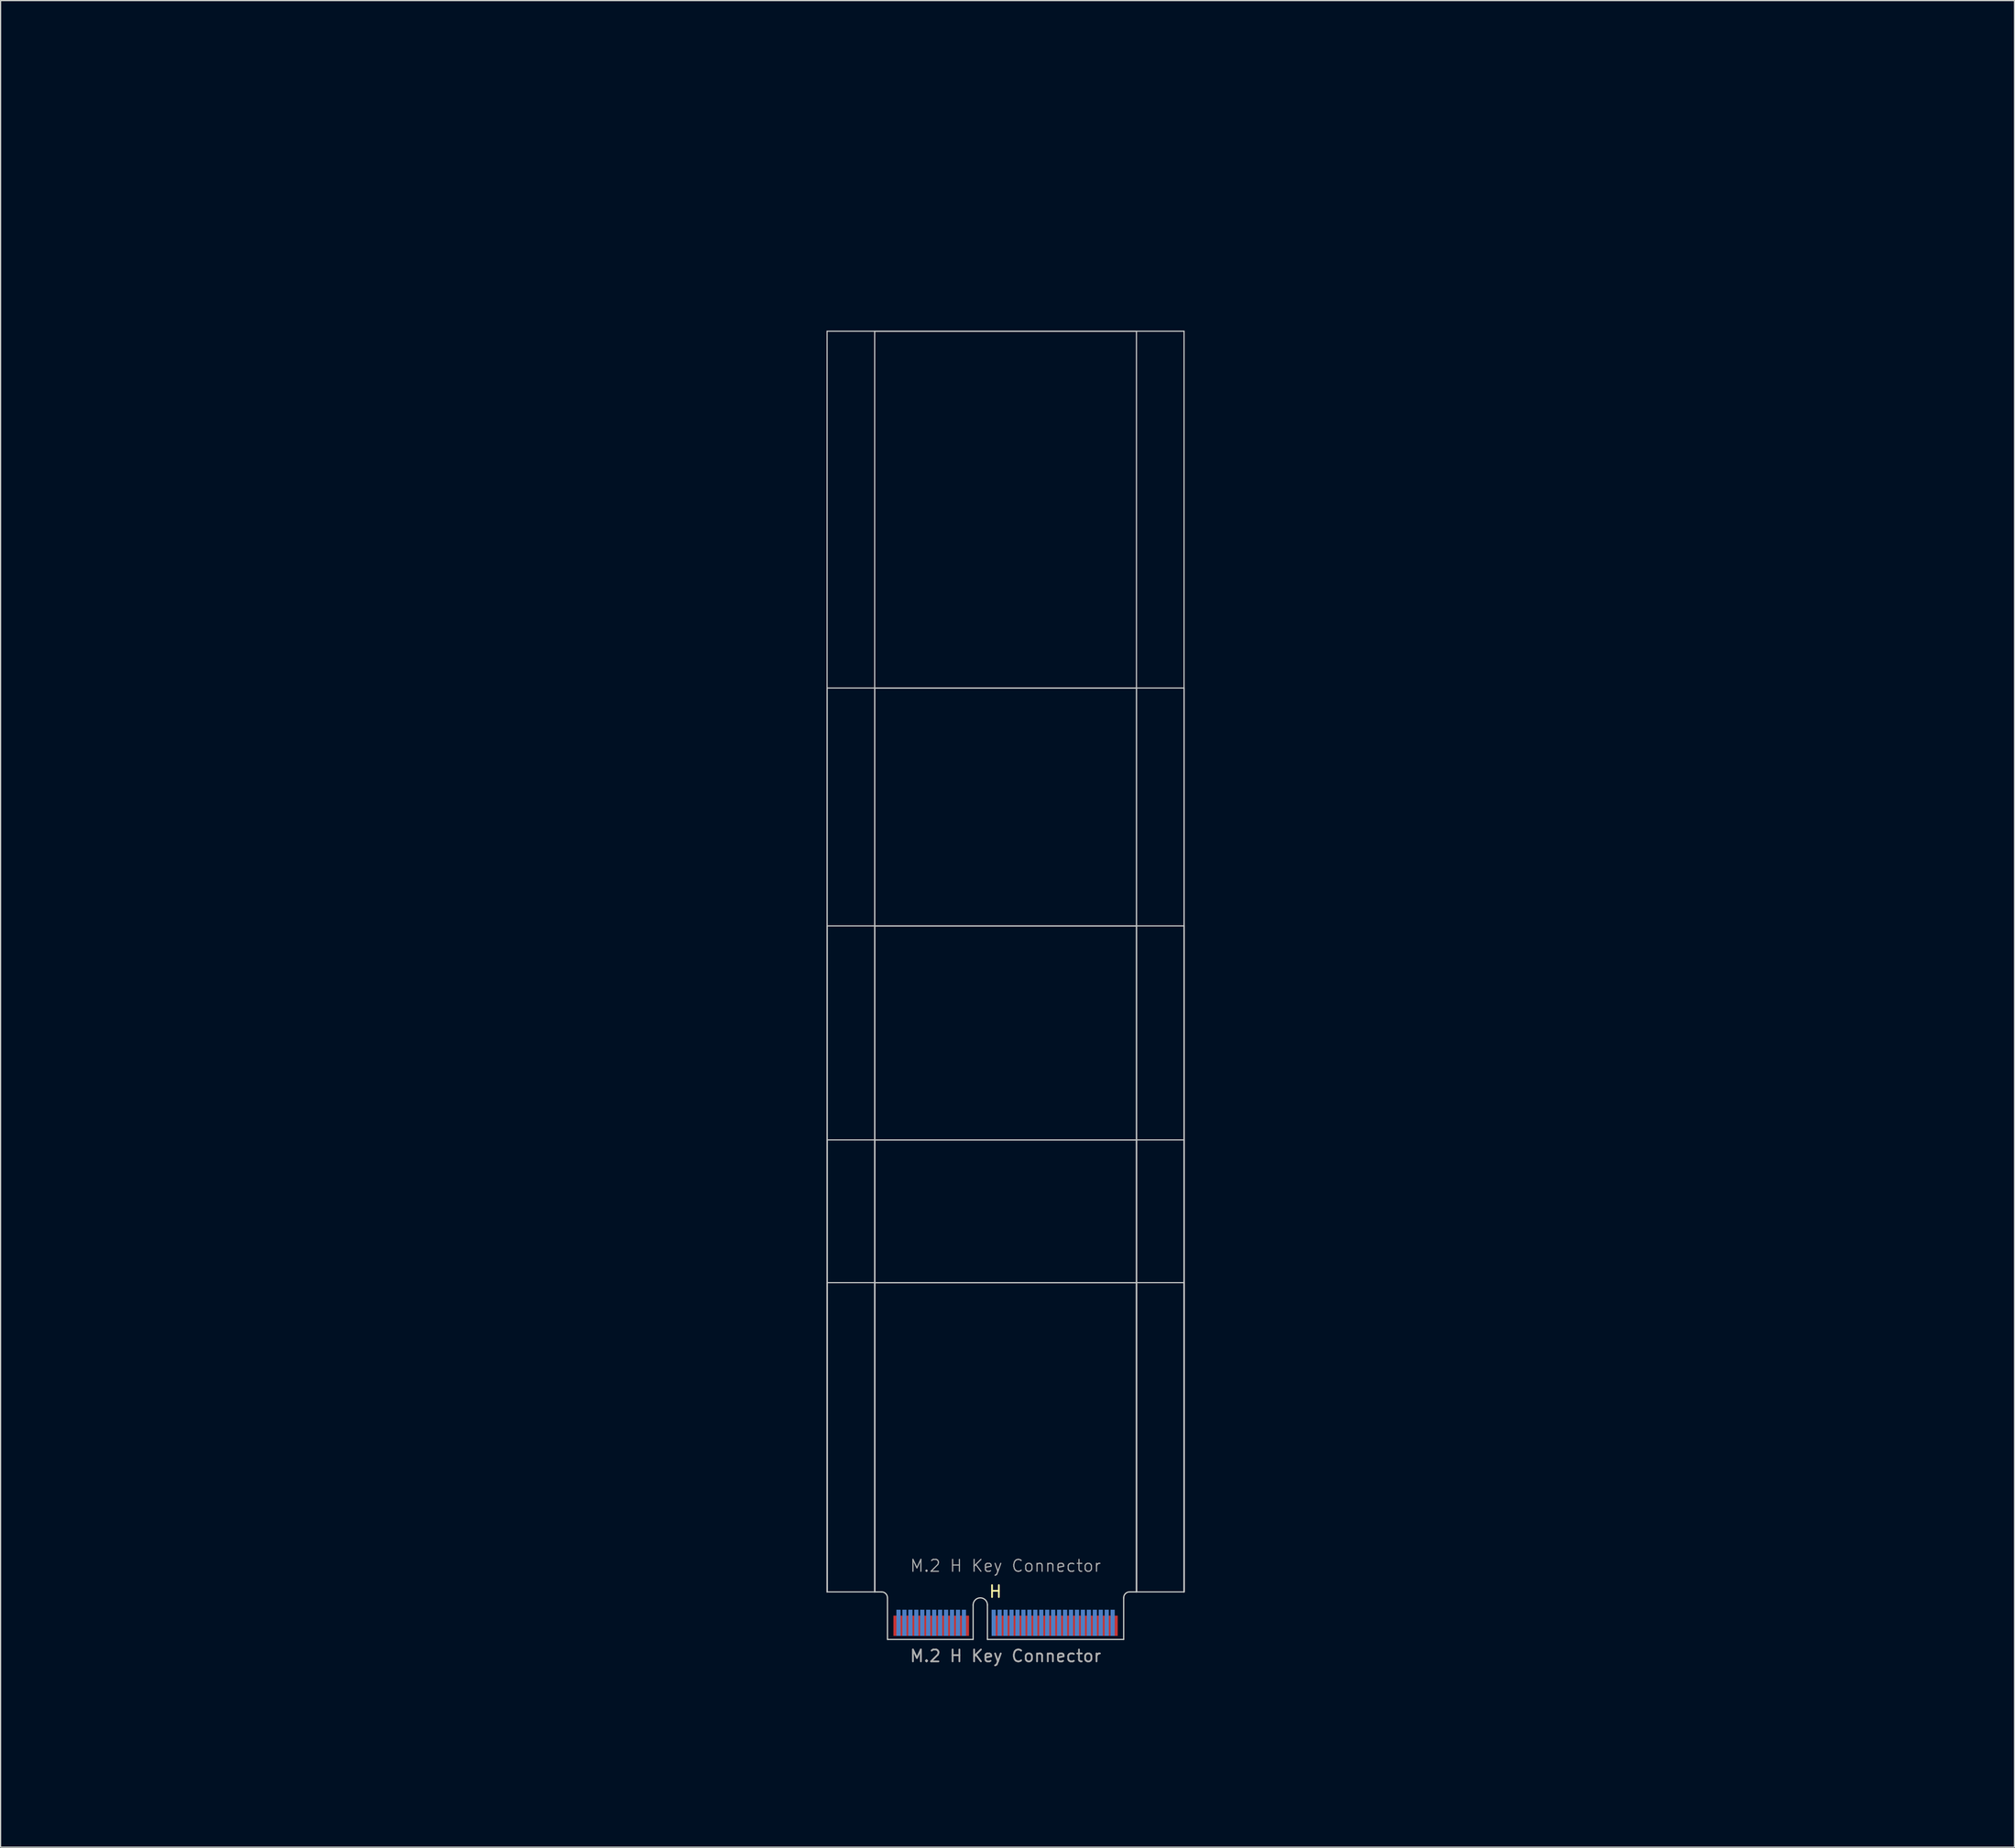
<source format=kicad_pcb>
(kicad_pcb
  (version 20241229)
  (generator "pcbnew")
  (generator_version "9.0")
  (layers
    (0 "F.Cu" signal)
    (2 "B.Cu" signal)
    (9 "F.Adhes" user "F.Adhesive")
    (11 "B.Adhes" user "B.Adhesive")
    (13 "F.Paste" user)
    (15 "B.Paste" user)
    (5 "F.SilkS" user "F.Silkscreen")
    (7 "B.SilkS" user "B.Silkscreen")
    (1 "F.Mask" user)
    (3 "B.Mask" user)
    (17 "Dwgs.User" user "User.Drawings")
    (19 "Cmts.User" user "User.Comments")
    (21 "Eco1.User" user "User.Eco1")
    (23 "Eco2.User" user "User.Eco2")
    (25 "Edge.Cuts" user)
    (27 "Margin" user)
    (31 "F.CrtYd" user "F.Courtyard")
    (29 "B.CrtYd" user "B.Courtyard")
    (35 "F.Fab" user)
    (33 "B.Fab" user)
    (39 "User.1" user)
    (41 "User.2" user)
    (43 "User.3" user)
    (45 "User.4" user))
  (footprint "M.2 H Key Connector"
    (layer "F.Cu")
    (at 81.459 133.687)
    (property "Reference" "M.2 H Key Connector" (at 0 -5.08 0) (unlocked yes) (layer "F.Fab") (effects (font (size 1 1) (thickness 0.1))))
    (attr exclude_from_pos_files exclude_from_bom)
    (fp_rect (start -9.925 -0.94) (end 9.925 1.11) (stroke (width 0) (type default)) (fill yes) (layer "F.Mask"))
    (fp_rect (start -9.925 -1.44) (end 9.925 1.11) (stroke (width 0) (type default)) (fill yes) (layer "B.Mask"))
    (fp_line (start -15 -108.89) (end 15 -108.89) (stroke (width 0.1) (type default)) (layer "Dwgs.User"))
    (fp_line (start -15 -78.89) (end 15 -78.89) (stroke (width 0.1) (type default)) (layer "Dwgs.User"))
    (fp_line (start -15 -58.89) (end 15 -58.89) (stroke (width 0.1) (type default)) (layer "Dwgs.User"))
    (fp_line (start -15 -40.89) (end 15 -40.89) (stroke (width 0.1) (type default)) (layer "Dwgs.User"))
    (fp_line (start -15 -28.89) (end 15 -28.89) (stroke (width 0.1) (type default)) (layer "Dwgs.User"))
    (fp_line (start -15 -2.89) (end -15 -108.89) (stroke (width 0.1) (type default)) (layer "Dwgs.User"))
    (fp_line (start -15 -2.89) (end -15 -78.89) (stroke (width 0.1) (type default)) (layer "Dwgs.User"))
    (fp_line (start -15 -2.89) (end -15 -58.89) (stroke (width 0.1) (type default)) (layer "Dwgs.User"))
    (fp_line (start -15 -2.89) (end -15 -40.89) (stroke (width 0.1) (type default)) (layer "Dwgs.User"))
    (fp_line (start -15 -2.89) (end -15 -28.89) (stroke (width 0.1) (type default)) (layer "Dwgs.User"))
    (fp_line (start -11 -108.89) (end 11 -108.89) (stroke (width 0.1) (type default)) (layer "Dwgs.User"))
    (fp_line (start -11 -78.89) (end 11 -78.89) (stroke (width 0.1) (type default)) (layer "Dwgs.User"))
    (fp_line (start -11 -58.89) (end 11 -58.89) (stroke (width 0.1) (type default)) (layer "Dwgs.User"))
    (fp_line (start -11 -40.89) (end 11 -40.89) (stroke (width 0.1) (type default)) (layer "Dwgs.User"))
    (fp_line (start -11 -28.89) (end 11 -28.89) (stroke (width 0.1) (type default)) (layer "Dwgs.User"))
    (fp_line (start -11 -2.89) (end -15 -2.89) (stroke (width 0.1) (type default)) (layer "Dwgs.User"))
    (fp_line (start -11 -2.89) (end -11 -108.89) (stroke (width 0.1) (type default)) (layer "Dwgs.User"))
    (fp_line (start -11 -2.89) (end -11 -78.89) (stroke (width 0.1) (type default)) (layer "Dwgs.User"))
    (fp_line (start -11 -2.89) (end -11 -58.89) (stroke (width 0.1) (type default)) (layer "Dwgs.User"))
    (fp_line (start -11 -2.89) (end -11 -40.89) (stroke (width 0.1) (type default)) (layer "Dwgs.User"))
    (fp_line (start -11 -2.89) (end -11 -28.89) (stroke (width 0.1) (type default)) (layer "Dwgs.User"))
    (fp_line (start 11 -108.89) (end 11 -2.89) (stroke (width 0.1) (type default)) (layer "Dwgs.User"))
    (fp_line (start 11 -78.89) (end 11 -2.89) (stroke (width 0.1) (type default)) (layer "Dwgs.User"))
    (fp_line (start 11 -58.89) (end 11 -2.89) (stroke (width 0.1) (type default)) (layer "Dwgs.User"))
    (fp_line (start 11 -40.89) (end 11 -2.89) (stroke (width 0.1) (type default)) (layer "Dwgs.User"))
    (fp_line (start 11 -28.89) (end 11 -2.89) (stroke (width 0.1) (type default)) (layer "Dwgs.User"))
    (fp_line (start 11 -2.89) (end 15 -2.89) (stroke (width 0.1) (type default)) (layer "Dwgs.User"))
    (fp_line (start 15 -108.89) (end 15 -2.89) (stroke (width 0.1) (type default)) (layer "Dwgs.User"))
    (fp_line (start 15 -78.89) (end 15 -2.89) (stroke (width 0.1) (type default)) (layer "Dwgs.User"))
    (fp_line (start 15 -40.89) (end 15 -2.89) (stroke (width 0.1) (type default)) (layer "Dwgs.User"))
    (fp_line (start 15 -28.89) (end 15 -2.89) (stroke (width 0.1) (type default)) (layer "Dwgs.User"))
    (fp_line (start 15 -2.89) (end 15 -58.89) (stroke (width 0.1) (type default)) (layer "Dwgs.User"))
    (fp_line (start -11 -2.89) (end -10.425 -2.89) (stroke (width 0.1) (type default)) (layer "Edge.Cuts"))
    (fp_line (start -9.925 -2.39) (end -9.925 1.11) (stroke (width 0.1) (type default)) (layer "Edge.Cuts"))
    (fp_line (start -2.725 -1.79) (end -2.725 1.11) (stroke (width 0.1) (type default)) (layer "Edge.Cuts"))
    (fp_line (start -2.725 1.11) (end -9.925 1.11) (stroke (width 0.1) (type default)) (layer "Edge.Cuts"))
    (fp_line (start -1.525 -1.79) (end -1.525 1.11) (stroke (width 0.1) (type default)) (layer "Edge.Cuts"))
    (fp_line (start -1.525 1.11) (end 9.925 1.11) (stroke (width 0.1) (type default)) (layer "Edge.Cuts"))
    (fp_line (start 9.925 -2.39) (end 9.925 1.11) (stroke (width 0.1) (type default)) (layer "Edge.Cuts"))
    (fp_line (start 10.425 -2.89) (end 11 -2.89) (stroke (width 0.1) (type default)) (layer "Edge.Cuts"))
    (fp_arc (start -10.425 -2.89) (mid -10.071447 -2.743553) (end -9.925 -2.39) (stroke (width 0.1) (type default)) (layer "Edge.Cuts"))
    (fp_arc (start -2.725 -1.79) (mid -2.125 -2.39) (end -1.525 -1.79) (stroke (width 0.1) (type default)) (layer "Edge.Cuts"))
    (fp_arc (start 9.925 -2.39) (mid 10.071447 -2.743553) (end 10.425 -2.89) (stroke (width 0.1) (type default)) (layer "Edge.Cuts"))
    (fp_line (start -0.71 -109.6) (end 0.71 -108.18) (stroke (width 0.15) (type default)) (layer "User.3"))
    (fp_line (start -0.71 -79.6) (end 0.71 -78.18) (stroke (width 0.15) (type default)) (layer "User.3"))
    (fp_line (start -0.71 -59.6) (end 0.71 -58.18) (stroke (width 0.15) (type default)) (layer "User.3"))
    (fp_line (start -0.71 -41.6) (end 0.71 -40.18) (stroke (width 0.15) (type default)) (layer "User.3"))
    (fp_line (start -0.71 -29.6) (end 0.71 -28.18) (stroke (width 0.15) (type default)) (layer "User.3"))
    (fp_line (start 0.71 -109.6) (end -0.71 -108.18) (stroke (width 0.15) (type default)) (layer "User.3"))
    (fp_line (start 0.71 -79.6) (end -0.71 -78.18) (stroke (width 0.15) (type default)) (layer "User.3"))
    (fp_line (start 0.71 -59.6) (end -0.71 -58.18) (stroke (width 0.15) (type default)) (layer "User.3"))
    (fp_line (start 0.71 -41.6) (end -0.71 -40.18) (stroke (width 0.15) (type default)) (layer "User.3"))
    (fp_line (start 0.71 -29.6) (end -0.71 -28.18) (stroke (width 0.15) (type default)) (layer "User.3"))
    (fp_rect (start -15 -108.89) (end 15 -105.09) (stroke (width 0.1) (type default)) (fill no) (layer "User.4"))
    (fp_rect (start -15 -78.89) (end 15 -75.09) (stroke (width 0.1) (type default)) (fill no) (layer "User.4"))
    (fp_rect (start -15 -58.89) (end 15 -55.09) (stroke (width 0.1) (type default)) (fill no) (layer "User.4"))
    (fp_rect (start -15 -40.89) (end 15 -37.09) (stroke (width 0.1) (type default)) (fill no) (layer "User.4"))
    (fp_rect (start -15 -28.89) (end 15 -25.09) (stroke (width 0.1) (type default)) (fill no) (layer "User.4"))
    (fp_text user "H" (at -1.475 -2.325 0) (unlocked yes) (layer "F.SilkS") (effects (font (size 1 1) (thickness 0.15)) (justify left bottom)))
    (fp_text user "${REFERENCE}" (at 0 2.5 0) (unlocked yes) (layer "F.Fab") (effects (font (size 1 1) (thickness 0.15))))
    (fp_text user "22, 30mm width and 30, 42, 60, 80, 110mm length shown in Blue (User.2 Layer)" (at 0.02 14.055 0) (unlocked yes) (layer "User.2") (effects (font (size 2 2) (thickness 0.2))))
    (fp_text user "Place grounded \"M.2 Mounting Pad\" footprint from library on Teal (User.3 Layer) X's" (at -0.13 9.4 0) (unlocked yes) (layer "User.3") (effects (font (size 2 2) (thickness 0.2))))
    (fp_text user "Yellow areas (User.4 Layer) reserverd for RF recepticals or for components when no RF recepticals used." (at 0.165 4.83 0) (unlocked yes) (layer "User.4") (effects (font (size 2 2) (thickness 0.2))))
    (dimension (type orthogonal) (layer "User.2") (pts (xy 91.384 134.797) (xy 91.384 104.797)) (height 20.795) (orientation 1) (format (prefix "") (suffix "") (units 3) (units_format 0) (precision 4) (suppress_zeroes yes)) (style (thickness 0.1) (arrow_length 1.27) (text_position_mode 0) (arrow_direction outward) (extension_height 0.586) (extension_offset 0.5) (keep_text_aligned yes)) (gr_text "30" (at 108.879 119.797 90) (layer "User.2") (effects (font (size 3 3) (thickness 0.3)))))
    (dimension (type orthogonal) (layer "User.2") (pts (xy 91.384 134.797) (xy 91.384 24.797)) (height 69.74) (orientation 1) (format (prefix "") (suffix "") (units 3) (units_format 0) (precision 4) (suppress_zeroes yes)) (style (thickness 0.1) (arrow_length 1.27) (text_position_mode 0) (arrow_direction outward) (extension_height 0.586) (extension_offset 0.5) (keep_text_aligned yes)) (gr_text "110" (at 157.824 79.797 90) (layer "User.2") (effects (font (size 3 3) (thickness 0.3)))))
    (dimension (type orthogonal) (layer "User.2") (pts (xy 91.384 134.797) (xy 91.384 74.797)) (height 45.245) (orientation 1) (format (prefix "") (suffix "") (units 3) (units_format 0) (precision 4) (suppress_zeroes yes)) (style (thickness 0.1) (arrow_length 1.27) (text_position_mode 0) (arrow_direction outward) (extension_height 0.586) (extension_offset 0.5) (keep_text_aligned yes)) (gr_text "60" (at 133.329 104.797 90) (layer "User.2") (effects (font (size 3 3) (thickness 0.3)))))
    (dimension (type orthogonal) (layer "User.2") (pts (xy 66.459 23.687) (xy 96.459 23.687)) (height -17.83) (orientation 0) (format (prefix "") (suffix "") (units 3) (units_format 0) (precision 4) (suppress_zeroes yes)) (style (thickness 0.1) (arrow_length 1.27) (text_position_mode 0) (arrow_direction outward) (extension_height 0.586) (extension_offset 0.5) (keep_text_aligned yes)) (gr_text "30" (at 81.459 2.457 0) (layer "User.2") (effects (font (size 3 3) (thickness 0.4)))))
    (dimension (type orthogonal) (layer "User.2") (pts (xy 70.459 24.797) (xy 92.459 24.797)) (height -12.48) (orientation 0) (format (prefix "") (suffix "") (units 3) (units_format 0) (precision 4) (suppress_zeroes yes)) (style (thickness 0.1) (arrow_length 1.27) (text_position_mode 0) (arrow_direction outward) (extension_height 0.586) (extension_offset 0.5) (keep_text_aligned yes)) (gr_text "22" (at 81.459 8.917 0) (layer "User.2") (effects (font (size 3 3) (thickness 0.4)))))
    (dimension (type orthogonal) (layer "User.2") (pts (xy 91.369 134.797) (xy 91.369 54.797)) (height 58.985) (orientation 1) (format (prefix "") (suffix "") (units 3) (units_format 0) (precision 4) (suppress_zeroes yes)) (style (thickness 0.1) (arrow_length 1.27) (text_position_mode 0) (arrow_direction outward) (extension_height 0.586) (extension_offset 0.5) (keep_text_aligned yes)) (gr_text "80" (at 147.054 94.797 90) (layer "User.2") (effects (font (size 3 3) (thickness 0.3)))))
    (dimension (type orthogonal) (layer "User.2") (pts (xy 91.384 134.797) (xy 91.384 92.797)) (height 32.695) (orientation 1) (format (prefix "") (suffix "") (units 3) (units_format 0) (precision 4) (suppress_zeroes yes)) (style (thickness 0.1) (arrow_length 1.27) (text_position_mode 0) (arrow_direction outward) (extension_height 0.586) (extension_offset 0.5) (keep_text_aligned yes)) (gr_text "42" (at 120.779 113.797 90) (layer "User.2") (effects (font (size 3 3) (thickness 0.3)))))
    (pad "1" smd rect (at 9.25 -0.04 180) (size 0.35 1.7) (layers "F.Cu"))
    (pad "2" smd rect (at 9 -0.29 180) (size 0.35 2.2) (layers "B.Cu"))
    (pad "3" smd rect (at 8.75 -0.04 180) (size 0.35 1.7) (layers "F.Cu"))
    (pad "4" smd rect (at 8.5 -0.29 180) (size 0.35 2.2) (layers "B.Cu"))
    (pad "5" smd rect (at 8.25 -0.04 180) (size 0.35 1.7) (layers "F.Cu"))
    (pad "6" smd rect (at 8 -0.29 180) (size 0.35 2.2) (layers "B.Cu"))
    (pad "7" smd rect (at 7.75 -0.04 180) (size 0.35 1.7) (layers "F.Cu"))
    (pad "8" smd rect (at 7.5 -0.29 180) (size 0.35 2.2) (layers "B.Cu"))
    (pad "9" smd rect (at 7.25 -0.04 180) (size 0.35 1.7) (layers "F.Cu"))
    (pad "10" smd rect (at 7 -0.29 180) (size 0.35 2.2) (layers "B.Cu"))
    (pad "11" smd rect (at 6.75 -0.04 180) (size 0.35 1.7) (layers "F.Cu"))
    (pad "12" smd rect (at 6.5 -0.29 180) (size 0.35 2.2) (layers "B.Cu"))
    (pad "13" smd rect (at 6.25 -0.04 180) (size 0.35 1.7) (layers "F.Cu"))
    (pad "14" smd rect (at 6 -0.29 180) (size 0.35 2.2) (layers "B.Cu"))
    (pad "15" smd rect (at 5.75 -0.04 180) (size 0.35 1.7) (layers "F.Cu"))
    (pad "16" smd rect (at 5.5 -0.29 180) (size 0.35 2.2) (layers "B.Cu"))
    (pad "17" smd rect (at 5.25 -0.04 180) (size 0.35 1.7) (layers "F.Cu"))
    (pad "18" smd rect (at 5 -0.29 180) (size 0.35 2.2) (layers "B.Cu"))
    (pad "19" smd rect (at 4.75 -0.04 180) (size 0.35 1.7) (layers "F.Cu"))
    (pad "20" smd rect (at 4.5 -0.29 180) (size 0.35 2.2) (layers "B.Cu"))
    (pad "21" smd rect (at 4.25 -0.04 180) (size 0.35 1.7) (layers "F.Cu"))
    (pad "22" smd rect (at 4 -0.29 180) (size 0.35 2.2) (layers "B.Cu"))
    (pad "23" smd rect (at 3.75 -0.04 180) (size 0.35 1.7) (layers "F.Cu"))
    (pad "24" smd rect (at 3.5 -0.29 180) (size 0.35 2.2) (layers "B.Cu"))
    (pad "25" smd rect (at 3.25 -0.04 180) (size 0.35 1.7) (layers "F.Cu"))
    (pad "26" smd rect (at 3 -0.29 180) (size 0.35 2.2) (layers "B.Cu"))
    (pad "27" smd rect (at 2.75 -0.04 180) (size 0.35 1.7) (layers "F.Cu"))
    (pad "28" smd rect (at 2.5 -0.29 180) (size 0.35 2.2) (layers "B.Cu"))
    (pad "29" smd rect (at 2.25 -0.04 180) (size 0.35 1.7) (layers "F.Cu"))
    (pad "30" smd rect (at 2 -0.29 180) (size 0.35 2.2) (layers "B.Cu"))
    (pad "31" smd rect (at 1.75 -0.04 180) (size 0.35 1.7) (layers "F.Cu"))
    (pad "32" smd rect (at 1.5 -0.29 180) (size 0.35 2.2) (layers "B.Cu"))
    (pad "33" smd rect (at 1.25 -0.04 180) (size 0.35 1.7) (layers "F.Cu"))
    (pad "34" smd rect (at 1 -0.29 180) (size 0.35 2.2) (layers "B.Cu"))
    (pad "35" smd rect (at 0.75 -0.04 180) (size 0.35 1.7) (layers "F.Cu"))
    (pad "36" smd rect (at 0.5 -0.29 180) (size 0.35 2.2) (layers "B.Cu"))
    (pad "37" smd rect (at 0.25 -0.04 180) (size 0.35 1.7) (layers "F.Cu"))
    (pad "38" smd rect (at 0 -0.29 180) (size 0.35 2.2) (layers "B.Cu"))
    (pad "39" smd rect (at -0.25 -0.04 180) (size 0.35 1.7) (layers "F.Cu"))
    (pad "40" smd rect (at -0.5 -0.29 180) (size 0.35 2.2) (layers "B.Cu"))
    (pad "41" smd rect (at -0.75 -0.04 180) (size 0.35 1.7) (layers "F.Cu"))
    (pad "42" smd rect (at -1 -0.29 180) (size 0.35 2.2) (layers "B.Cu"))
    (pad "51" smd rect (at -3.25 -0.04 180) (size 0.35 1.7) (layers "F.Cu"))
    (pad "52" smd rect (at -3.5 -0.29 180) (size 0.35 2.2) (layers "B.Cu"))
    (pad "53" smd rect (at -3.75 -0.04 180) (size 0.35 1.7) (layers "F.Cu"))
    (pad "54" smd rect (at -4 -0.29 180) (size 0.35 2.2) (layers "B.Cu"))
    (pad "55" smd rect (at -4.25 -0.04 180) (size 0.35 1.7) (layers "F.Cu"))
    (pad "56" smd rect (at -4.5 -0.29 180) (size 0.35 2.2) (layers "B.Cu"))
    (pad "57" smd rect (at -4.75 -0.04 180) (size 0.35 1.7) (layers "F.Cu"))
    (pad "58" smd rect (at -5 -0.29 180) (size 0.35 2.2) (layers "B.Cu"))
    (pad "59" smd rect (at -5.25 -0.04 180) (size 0.35 1.7) (layers "F.Cu"))
    (pad "60" smd rect (at -5.5 -0.29 180) (size 0.35 2.2) (layers "B.Cu"))
    (pad "61" smd rect (at -5.75 -0.04 180) (size 0.35 1.7) (layers "F.Cu"))
    (pad "62" smd rect (at -6 -0.29 180) (size 0.35 2.2) (layers "B.Cu"))
    (pad "63" smd rect (at -6.25 -0.04 180) (size 0.35 1.7) (layers "F.Cu"))
    (pad "64" smd rect (at -6.5 -0.29 180) (size 0.35 2.2) (layers "B.Cu"))
    (pad "65" smd rect (at -6.75 -0.04 180) (size 0.35 1.7) (layers "F.Cu"))
    (pad "66" smd rect (at -7 -0.29 180) (size 0.35 2.2) (layers "B.Cu"))
    (pad "67" smd rect (at -7.25 -0.04 180) (size 0.35 1.7) (layers "F.Cu"))
    (pad "68" smd rect (at -7.5 -0.29 180) (size 0.35 2.2) (layers "B.Cu"))
    (pad "69" smd rect (at -7.75 -0.04 180) (size 0.35 1.7) (layers "F.Cu"))
    (pad "70" smd rect (at -8 -0.29 180) (size 0.35 2.2) (layers "B.Cu"))
    (pad "71" smd rect (at -8.25 -0.04 180) (size 0.35 1.7) (layers "F.Cu"))
    (pad "72" smd rect (at -8.5 -0.29 180) (size 0.35 2.2) (layers "B.Cu"))
    (pad "73" smd rect (at -8.75 -0.04 180) (size 0.35 1.7) (layers "F.Cu"))
    (pad "74" smd rect (at -9 -0.29 180) (size 0.35 2.2) (layers "B.Cu"))
    (pad "75" smd rect (at -9.25 -0.04 180) (size 0.35 1.7) (layers "F.Cu"))
    (zone (net_name "") (layer "F.Cu") (name "Front Component Keepout") (hatch edge 0.5) (connect_pads) (min_thickness 0.25) (filled_areas_thickness no) (keepout (tracks allowed) (vias allowed) (pads not_allowed) (copperpour allowed) (footprints not_allowed)) (placement (enabled no)) (fill) (polygon (pts (xy 92.459 130.797) (xy 92.459 134.797) (xy 70.459 134.797) (xy 70.459 130.797))))
    (zone (net_name "") (layer "B.Cu") (name "Rear Component Keepout") (hatch full 0.5) (connect_pads) (min_thickness 0.25) (filled_areas_thickness no) (keepout (tracks allowed) (vias allowed) (pads not_allowed) (copperpour allowed) (footprints not_allowed)) (placement (enabled no)) (fill) (polygon (pts (xy 96.459 134.797) (xy 96.459 129.597) (xy 66.459 129.597) (xy 66.459 134.797)))))
  (gr_rect
    (start -3 -3)
    (end 166.248 152.263)
    (stroke (width 0.1) (type default))
    (fill no)
    (layer "Edge.Cuts")))
</source>
